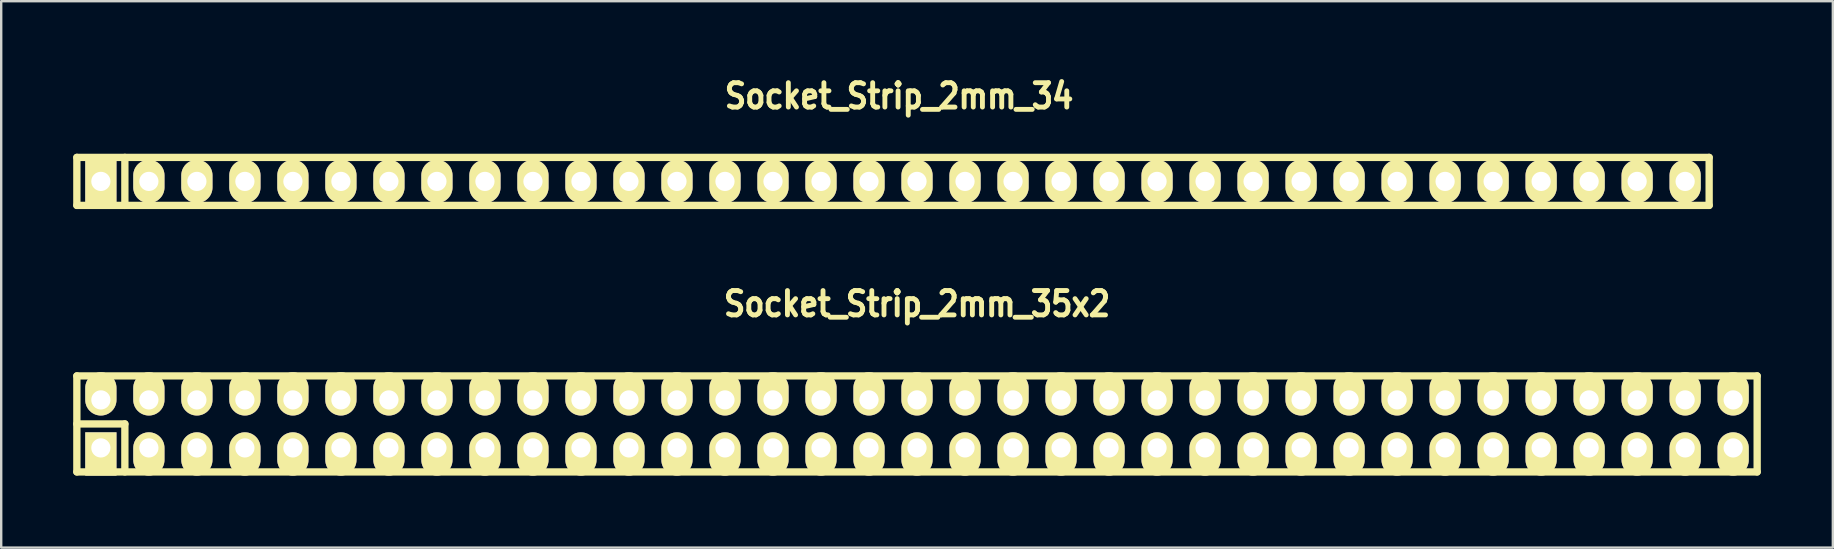
<source format=kicad_pcb>
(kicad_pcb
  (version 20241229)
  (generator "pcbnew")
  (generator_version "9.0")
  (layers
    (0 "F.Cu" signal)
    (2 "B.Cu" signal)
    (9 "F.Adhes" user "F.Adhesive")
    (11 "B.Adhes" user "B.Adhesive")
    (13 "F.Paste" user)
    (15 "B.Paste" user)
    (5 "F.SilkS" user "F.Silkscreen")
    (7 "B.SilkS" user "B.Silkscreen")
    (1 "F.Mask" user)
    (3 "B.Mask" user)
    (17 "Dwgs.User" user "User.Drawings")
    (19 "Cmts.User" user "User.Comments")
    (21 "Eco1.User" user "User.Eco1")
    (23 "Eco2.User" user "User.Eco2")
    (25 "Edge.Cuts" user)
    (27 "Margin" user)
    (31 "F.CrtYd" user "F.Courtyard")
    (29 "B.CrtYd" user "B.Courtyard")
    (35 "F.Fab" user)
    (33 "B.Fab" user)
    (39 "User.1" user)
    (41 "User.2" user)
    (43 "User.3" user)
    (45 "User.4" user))
  (footprint "Socket_Strip_2mm_34"
    (layer "F.Cu")
    (at 34.152 4.507)
    (property "Reference" "Socket_Strip_2mm_34" (at 0.254 -3.556 0) (layer "F.SilkS") (effects (font (size 1.016 0.889) (thickness 0.203))))
    (attr through_hole)
    (fp_line (start -34 -1) (end 34 -1) (stroke (width 0.305) (type solid)) (layer "F.SilkS"))
    (fp_line (start -34 1) (end -34 -1) (stroke (width 0.305) (type solid)) (layer "F.SilkS"))
    (fp_line (start -32 -1) (end -32 1) (stroke (width 0.305) (type solid)) (layer "F.SilkS"))
    (fp_line (start 34 -1) (end 34 1) (stroke (width 0.305) (type solid)) (layer "F.SilkS"))
    (fp_line (start 34 1) (end -34 1) (stroke (width 0.305) (type solid)) (layer "F.SilkS"))
    (pad "1" thru_hole rect (at -33 0) (size 1.3 1.8) (drill 0.8) (layers "*.Cu" "*.Mask" "F.SilkS"))
    (pad "2" thru_hole oval (at -31 0) (size 1.3 1.8) (drill 0.8) (layers "*.Cu" "*.Mask" "F.SilkS"))
    (pad "3" thru_hole oval (at -29 0) (size 1.3 1.8) (drill 0.8) (layers "*.Cu" "*.Mask" "F.SilkS"))
    (pad "4" thru_hole oval (at -27 0) (size 1.3 1.8) (drill 0.8) (layers "*.Cu" "*.Mask" "F.SilkS"))
    (pad "5" thru_hole oval (at -25 0) (size 1.3 1.8) (drill 0.8) (layers "*.Cu" "*.Mask" "F.SilkS"))
    (pad "6" thru_hole oval (at -23 0) (size 1.3 1.8) (drill 0.8) (layers "*.Cu" "*.Mask" "F.SilkS"))
    (pad "7" thru_hole oval (at -21 0) (size 1.3 1.8) (drill 0.8) (layers "*.Cu" "*.Mask" "F.SilkS"))
    (pad "8" thru_hole oval (at -19 0) (size 1.3 1.8) (drill 0.8) (layers "*.Cu" "*.Mask" "F.SilkS"))
    (pad "9" thru_hole oval (at -17 0) (size 1.3 1.8) (drill 0.8) (layers "*.Cu" "*.Mask" "F.SilkS"))
    (pad "10" thru_hole oval (at -15 0) (size 1.3 1.8) (drill 0.8) (layers "*.Cu" "*.Mask" "F.SilkS"))
    (pad "11" thru_hole oval (at -13 0) (size 1.3 1.8) (drill 0.8) (layers "*.Cu" "*.Mask" "F.SilkS"))
    (pad "12" thru_hole oval (at -11 0) (size 1.3 1.8) (drill 0.8) (layers "*.Cu" "*.Mask" "F.SilkS"))
    (pad "13" thru_hole oval (at -9 0) (size 1.3 1.8) (drill 0.8) (layers "*.Cu" "*.Mask" "F.SilkS"))
    (pad "14" thru_hole oval (at -7 0) (size 1.3 1.8) (drill 0.8) (layers "*.Cu" "*.Mask" "F.SilkS"))
    (pad "15" thru_hole oval (at -5 0) (size 1.3 1.8) (drill 0.8) (layers "*.Cu" "*.Mask" "F.SilkS"))
    (pad "16" thru_hole oval (at -3 0) (size 1.3 1.8) (drill 0.8) (layers "*.Cu" "*.Mask" "F.SilkS"))
    (pad "17" thru_hole oval (at -1 0) (size 1.3 1.8) (drill 0.8) (layers "*.Cu" "*.Mask" "F.SilkS"))
    (pad "18" thru_hole oval (at 1 0) (size 1.3 1.8) (drill 0.8) (layers "*.Cu" "*.Mask" "F.SilkS"))
    (pad "19" thru_hole oval (at 3 0) (size 1.3 1.8) (drill 0.8) (layers "*.Cu" "*.Mask" "F.SilkS"))
    (pad "20" thru_hole oval (at 5 0) (size 1.3 1.8) (drill 0.8) (layers "*.Cu" "*.Mask" "F.SilkS"))
    (pad "21" thru_hole oval (at 7 0) (size 1.3 1.8) (drill 0.8) (layers "*.Cu" "*.Mask" "F.SilkS"))
    (pad "22" thru_hole oval (at 9 0) (size 1.3 1.8) (drill 0.8) (layers "*.Cu" "*.Mask" "F.SilkS"))
    (pad "23" thru_hole oval (at 11 0) (size 1.3 1.8) (drill 0.8) (layers "*.Cu" "*.Mask" "F.SilkS"))
    (pad "24" thru_hole oval (at 13 0) (size 1.3 1.8) (drill 0.8) (layers "*.Cu" "*.Mask" "F.SilkS"))
    (pad "25" thru_hole oval (at 15 0) (size 1.3 1.8) (drill 0.8) (layers "*.Cu" "*.Mask" "F.SilkS"))
    (pad "26" thru_hole oval (at 17 0) (size 1.3 1.8) (drill 0.8) (layers "*.Cu" "*.Mask" "F.SilkS"))
    (pad "27" thru_hole oval (at 19 0) (size 1.3 1.8) (drill 0.8) (layers "*.Cu" "*.Mask" "F.SilkS"))
    (pad "28" thru_hole oval (at 21 0) (size 1.3 1.8) (drill 0.8) (layers "*.Cu" "*.Mask" "F.SilkS"))
    (pad "29" thru_hole oval (at 23 0) (size 1.3 1.8) (drill 0.8) (layers "*.Cu" "*.Mask" "F.SilkS"))
    (pad "30" thru_hole oval (at 25 0) (size 1.3 1.8) (drill 0.8) (layers "*.Cu" "*.Mask" "F.SilkS"))
    (pad "31" thru_hole oval (at 27 0) (size 1.3 1.8) (drill 0.8) (layers "*.Cu" "*.Mask" "F.SilkS"))
    (pad "32" thru_hole oval (at 29 0) (size 1.3 1.8) (drill 0.8) (layers "*.Cu" "*.Mask" "F.SilkS"))
    (pad "33" thru_hole oval (at 31 0) (size 1.3 1.8) (drill 0.8) (layers "*.Cu" "*.Mask" "F.SilkS"))
    (pad "34" thru_hole oval (at 33 0) (size 1.3 1.8) (drill 0.8) (layers "*.Cu" "*.Mask" "F.SilkS")))
  (footprint "Socket_Strip_2mm_35x2"
    (layer "F.Cu")
    (at 35.152 14.61)
    (property "Reference" "Socket_Strip_2mm_35x2" (at 0 -5 0) (layer "F.SilkS") (effects (font (size 1.016 0.889) (thickness 0.203))))
    (attr through_hole)
    (fp_line (start -35 -2) (end 35 -2) (stroke (width 0.305) (type solid)) (layer "F.SilkS"))
    (fp_line (start -35 0) (end -33 0) (stroke (width 0.305) (type solid)) (layer "F.SilkS"))
    (fp_line (start -35 2) (end -35 -2) (stroke (width 0.305) (type solid)) (layer "F.SilkS"))
    (fp_line (start -33 0) (end -33 2) (stroke (width 0.305) (type solid)) (layer "F.SilkS"))
    (fp_line (start 35 -2) (end 35 2) (stroke (width 0.305) (type solid)) (layer "F.SilkS"))
    (fp_line (start 35 2) (end -35 2) (stroke (width 0.305) (type solid)) (layer "F.SilkS"))
    (pad "1" thru_hole rect (at -34 1) (size 1.3 1.8) (drill 0.8 (offset 0 0.25)) (layers "*.Cu" "*.Mask" "F.SilkS"))
    (pad "2" thru_hole oval (at -34 -1) (size 1.3 1.8) (drill 0.8 (offset 0 -0.25)) (layers "*.Cu" "*.Mask" "F.SilkS"))
    (pad "3" thru_hole oval (at -32 1) (size 1.3 1.8) (drill 0.8 (offset 0 0.25)) (layers "*.Cu" "*.Mask" "F.SilkS"))
    (pad "4" thru_hole oval (at -32 -1) (size 1.3 1.8) (drill 0.8 (offset 0 -0.25)) (layers "*.Cu" "*.Mask" "F.SilkS"))
    (pad "5" thru_hole oval (at -30 1) (size 1.3 1.8) (drill 0.8 (offset 0 0.25)) (layers "*.Cu" "*.Mask" "F.SilkS"))
    (pad "6" thru_hole oval (at -30 -1) (size 1.3 1.8) (drill 0.8 (offset 0 -0.25)) (layers "*.Cu" "*.Mask" "F.SilkS"))
    (pad "7" thru_hole oval (at -28 1) (size 1.3 1.8) (drill 0.8 (offset 0 0.25)) (layers "*.Cu" "*.Mask" "F.SilkS"))
    (pad "8" thru_hole oval (at -28 -1) (size 1.3 1.8) (drill 0.8 (offset 0 -0.25)) (layers "*.Cu" "*.Mask" "F.SilkS"))
    (pad "9" thru_hole oval (at -26 1) (size 1.3 1.8) (drill 0.8 (offset 0 0.25)) (layers "*.Cu" "*.Mask" "F.SilkS"))
    (pad "10" thru_hole oval (at -26 -1) (size 1.3 1.8) (drill 0.8 (offset 0 -0.25)) (layers "*.Cu" "*.Mask" "F.SilkS"))
    (pad "11" thru_hole oval (at -24 1) (size 1.3 1.8) (drill 0.8 (offset 0 0.25)) (layers "*.Cu" "*.Mask" "F.SilkS"))
    (pad "12" thru_hole oval (at -24 -1) (size 1.3 1.8) (drill 0.8 (offset 0 -0.25)) (layers "*.Cu" "*.Mask" "F.SilkS"))
    (pad "13" thru_hole oval (at -22 1) (size 1.3 1.8) (drill 0.8 (offset 0 0.25)) (layers "*.Cu" "*.Mask" "F.SilkS"))
    (pad "14" thru_hole oval (at -22 -1) (size 1.3 1.8) (drill 0.8 (offset 0 -0.25)) (layers "*.Cu" "*.Mask" "F.SilkS"))
    (pad "15" thru_hole oval (at -20 1) (size 1.3 1.8) (drill 0.8 (offset 0 0.25)) (layers "*.Cu" "*.Mask" "F.SilkS"))
    (pad "16" thru_hole oval (at -20 -1) (size 1.3 1.8) (drill 0.8 (offset 0 -0.25)) (layers "*.Cu" "*.Mask" "F.SilkS"))
    (pad "17" thru_hole oval (at -18 1) (size 1.3 1.8) (drill 0.8 (offset 0 0.25)) (layers "*.Cu" "*.Mask" "F.SilkS"))
    (pad "18" thru_hole oval (at -18 -1) (size 1.3 1.8) (drill 0.8 (offset 0 -0.25)) (layers "*.Cu" "*.Mask" "F.SilkS"))
    (pad "19" thru_hole oval (at -16 1) (size 1.3 1.8) (drill 0.8 (offset 0 0.25)) (layers "*.Cu" "*.Mask" "F.SilkS"))
    (pad "20" thru_hole oval (at -16 -1) (size 1.3 1.8) (drill 0.8 (offset 0 -0.25)) (layers "*.Cu" "*.Mask" "F.SilkS"))
    (pad "21" thru_hole oval (at -14 1) (size 1.3 1.8) (drill 0.8 (offset 0 0.25)) (layers "*.Cu" "*.Mask" "F.SilkS"))
    (pad "22" thru_hole oval (at -14 -1) (size 1.3 1.8) (drill 0.8 (offset 0 -0.25)) (layers "*.Cu" "*.Mask" "F.SilkS"))
    (pad "23" thru_hole oval (at -12 1) (size 1.3 1.8) (drill 0.8 (offset 0 0.25)) (layers "*.Cu" "*.Mask" "F.SilkS"))
    (pad "24" thru_hole oval (at -12 -1) (size 1.3 1.8) (drill 0.8 (offset 0 -0.25)) (layers "*.Cu" "*.Mask" "F.SilkS"))
    (pad "25" thru_hole oval (at -10 1) (size 1.3 1.8) (drill 0.8 (offset 0 0.25)) (layers "*.Cu" "*.Mask" "F.SilkS"))
    (pad "26" thru_hole oval (at -10 -1) (size 1.3 1.8) (drill 0.8 (offset 0 -0.25)) (layers "*.Cu" "*.Mask" "F.SilkS"))
    (pad "27" thru_hole oval (at -8 1) (size 1.3 1.8) (drill 0.8 (offset 0 0.25)) (layers "*.Cu" "*.Mask" "F.SilkS"))
    (pad "28" thru_hole oval (at -8 -1) (size 1.3 1.8) (drill 0.8 (offset 0 -0.25)) (layers "*.Cu" "*.Mask" "F.SilkS"))
    (pad "29" thru_hole oval (at -6 1) (size 1.3 1.8) (drill 0.8 (offset 0 0.25)) (layers "*.Cu" "*.Mask" "F.SilkS"))
    (pad "30" thru_hole oval (at -6 -1) (size 1.3 1.8) (drill 0.8 (offset 0 -0.25)) (layers "*.Cu" "*.Mask" "F.SilkS"))
    (pad "31" thru_hole oval (at -4 1) (size 1.3 1.8) (drill 0.8 (offset 0 0.25)) (layers "*.Cu" "*.Mask" "F.SilkS"))
    (pad "32" thru_hole oval (at -4 -1) (size 1.3 1.8) (drill 0.8 (offset 0 -0.25)) (layers "*.Cu" "*.Mask" "F.SilkS"))
    (pad "33" thru_hole oval (at -2 1) (size 1.3 1.8) (drill 0.8 (offset 0 0.25)) (layers "*.Cu" "*.Mask" "F.SilkS"))
    (pad "34" thru_hole oval (at -2 -1) (size 1.3 1.8) (drill 0.8 (offset 0 -0.25)) (layers "*.Cu" "*.Mask" "F.SilkS"))
    (pad "35" thru_hole oval (at 0 1) (size 1.3 1.8) (drill 0.8 (offset 0 0.25)) (layers "*.Cu" "*.Mask" "F.SilkS"))
    (pad "36" thru_hole oval (at 0 -1) (size 1.3 1.8) (drill 0.8 (offset 0 -0.25)) (layers "*.Cu" "*.Mask" "F.SilkS"))
    (pad "37" thru_hole oval (at 2 1) (size 1.3 1.8) (drill 0.8 (offset 0 0.25)) (layers "*.Cu" "*.Mask" "F.SilkS"))
    (pad "38" thru_hole oval (at 2 -1) (size 1.3 1.8) (drill 0.8 (offset 0 -0.25)) (layers "*.Cu" "*.Mask" "F.SilkS"))
    (pad "39" thru_hole oval (at 4 1) (size 1.3 1.8) (drill 0.8 (offset 0 0.25)) (layers "*.Cu" "*.Mask" "F.SilkS"))
    (pad "40" thru_hole oval (at 4 -1) (size 1.3 1.8) (drill 0.8 (offset 0 -0.25)) (layers "*.Cu" "*.Mask" "F.SilkS"))
    (pad "41" thru_hole oval (at 6 1) (size 1.3 1.8) (drill 0.8 (offset 0 0.25)) (layers "*.Cu" "*.Mask" "F.SilkS"))
    (pad "42" thru_hole oval (at 6 -1) (size 1.3 1.8) (drill 0.8 (offset 0 -0.25)) (layers "*.Cu" "*.Mask" "F.SilkS"))
    (pad "43" thru_hole oval (at 8 1) (size 1.3 1.8) (drill 0.8 (offset 0 0.25)) (layers "*.Cu" "*.Mask" "F.SilkS"))
    (pad "44" thru_hole oval (at 8 -1) (size 1.3 1.8) (drill 0.8 (offset 0 -0.25)) (layers "*.Cu" "*.Mask" "F.SilkS"))
    (pad "45" thru_hole oval (at 10 1) (size 1.3 1.8) (drill 0.8 (offset 0 0.25)) (layers "*.Cu" "*.Mask" "F.SilkS"))
    (pad "46" thru_hole oval (at 10 -1) (size 1.3 1.8) (drill 0.8 (offset 0 -0.25)) (layers "*.Cu" "*.Mask" "F.SilkS"))
    (pad "47" thru_hole oval (at 12 1) (size 1.3 1.8) (drill 0.8 (offset 0 0.25)) (layers "*.Cu" "*.Mask" "F.SilkS"))
    (pad "48" thru_hole oval (at 12 -1) (size 1.3 1.8) (drill 0.8 (offset 0 -0.25)) (layers "*.Cu" "*.Mask" "F.SilkS"))
    (pad "49" thru_hole oval (at 14 1) (size 1.3 1.8) (drill 0.8 (offset 0 0.25)) (layers "*.Cu" "*.Mask" "F.SilkS"))
    (pad "50" thru_hole oval (at 14 -1) (size 1.3 1.8) (drill 0.8 (offset 0 -0.25)) (layers "*.Cu" "*.Mask" "F.SilkS"))
    (pad "51" thru_hole oval (at 16 1) (size 1.3 1.8) (drill 0.8 (offset 0 0.25)) (layers "*.Cu" "*.Mask" "F.SilkS"))
    (pad "52" thru_hole oval (at 16 -1) (size 1.3 1.8) (drill 0.8 (offset 0 -0.25)) (layers "*.Cu" "*.Mask" "F.SilkS"))
    (pad "53" thru_hole oval (at 18 1) (size 1.3 1.8) (drill 0.8 (offset 0 0.25)) (layers "*.Cu" "*.Mask" "F.SilkS"))
    (pad "54" thru_hole oval (at 18 -1) (size 1.3 1.8) (drill 0.8 (offset 0 -0.25)) (layers "*.Cu" "*.Mask" "F.SilkS"))
    (pad "55" thru_hole oval (at 20 1) (size 1.3 1.8) (drill 0.8 (offset 0 0.25)) (layers "*.Cu" "*.Mask" "F.SilkS"))
    (pad "56" thru_hole oval (at 20 -1) (size 1.3 1.8) (drill 0.8 (offset 0 -0.25)) (layers "*.Cu" "*.Mask" "F.SilkS"))
    (pad "57" thru_hole oval (at 22 1) (size 1.3 1.8) (drill 0.8 (offset 0 0.25)) (layers "*.Cu" "*.Mask" "F.SilkS"))
    (pad "58" thru_hole oval (at 22 -1) (size 1.3 1.8) (drill 0.8 (offset 0 -0.25)) (layers "*.Cu" "*.Mask" "F.SilkS"))
    (pad "59" thru_hole oval (at 24 1) (size 1.3 1.8) (drill 0.8 (offset 0 0.25)) (layers "*.Cu" "*.Mask" "F.SilkS"))
    (pad "60" thru_hole oval (at 24 -1) (size 1.3 1.8) (drill 0.8 (offset 0 -0.25)) (layers "*.Cu" "*.Mask" "F.SilkS"))
    (pad "61" thru_hole oval (at 26 1) (size 1.3 1.8) (drill 0.8 (offset 0 0.25)) (layers "*.Cu" "*.Mask" "F.SilkS"))
    (pad "62" thru_hole oval (at 26 -1) (size 1.3 1.8) (drill 0.8 (offset 0 -0.25)) (layers "*.Cu" "*.Mask" "F.SilkS"))
    (pad "63" thru_hole oval (at 28 1) (size 1.3 1.8) (drill 0.8 (offset 0 0.25)) (layers "*.Cu" "*.Mask" "F.SilkS"))
    (pad "64" thru_hole oval (at 28 -1) (size 1.3 1.8) (drill 0.8 (offset 0 -0.25)) (layers "*.Cu" "*.Mask" "F.SilkS"))
    (pad "65" thru_hole oval (at 30 1) (size 1.3 1.8) (drill 0.8 (offset 0 0.25)) (layers "*.Cu" "*.Mask" "F.SilkS"))
    (pad "66" thru_hole oval (at 30 -1) (size 1.3 1.8) (drill 0.8 (offset 0 -0.25)) (layers "*.Cu" "*.Mask" "F.SilkS"))
    (pad "67" thru_hole oval (at 32 1) (size 1.3 1.8) (drill 0.8 (offset 0 0.25)) (layers "*.Cu" "*.Mask" "F.SilkS"))
    (pad "68" thru_hole oval (at 32 -1) (size 1.3 1.8) (drill 0.8 (offset 0 -0.25)) (layers "*.Cu" "*.Mask" "F.SilkS"))
    (pad "69" thru_hole oval (at 34 1) (size 1.3 1.8) (drill 0.8 (offset 0 0.25)) (layers "*.Cu" "*.Mask" "F.SilkS"))
    (pad "70" thru_hole oval (at 34 -1) (size 1.3 1.8) (drill 0.8 (offset 0 -0.25)) (layers "*.Cu" "*.Mask" "F.SilkS")))
  (gr_rect
    (start -3 -3)
    (end 73.305 19.763)
    (stroke (width 0.1) (type default))
    (fill no)
    (layer "Edge.Cuts")))
</source>
